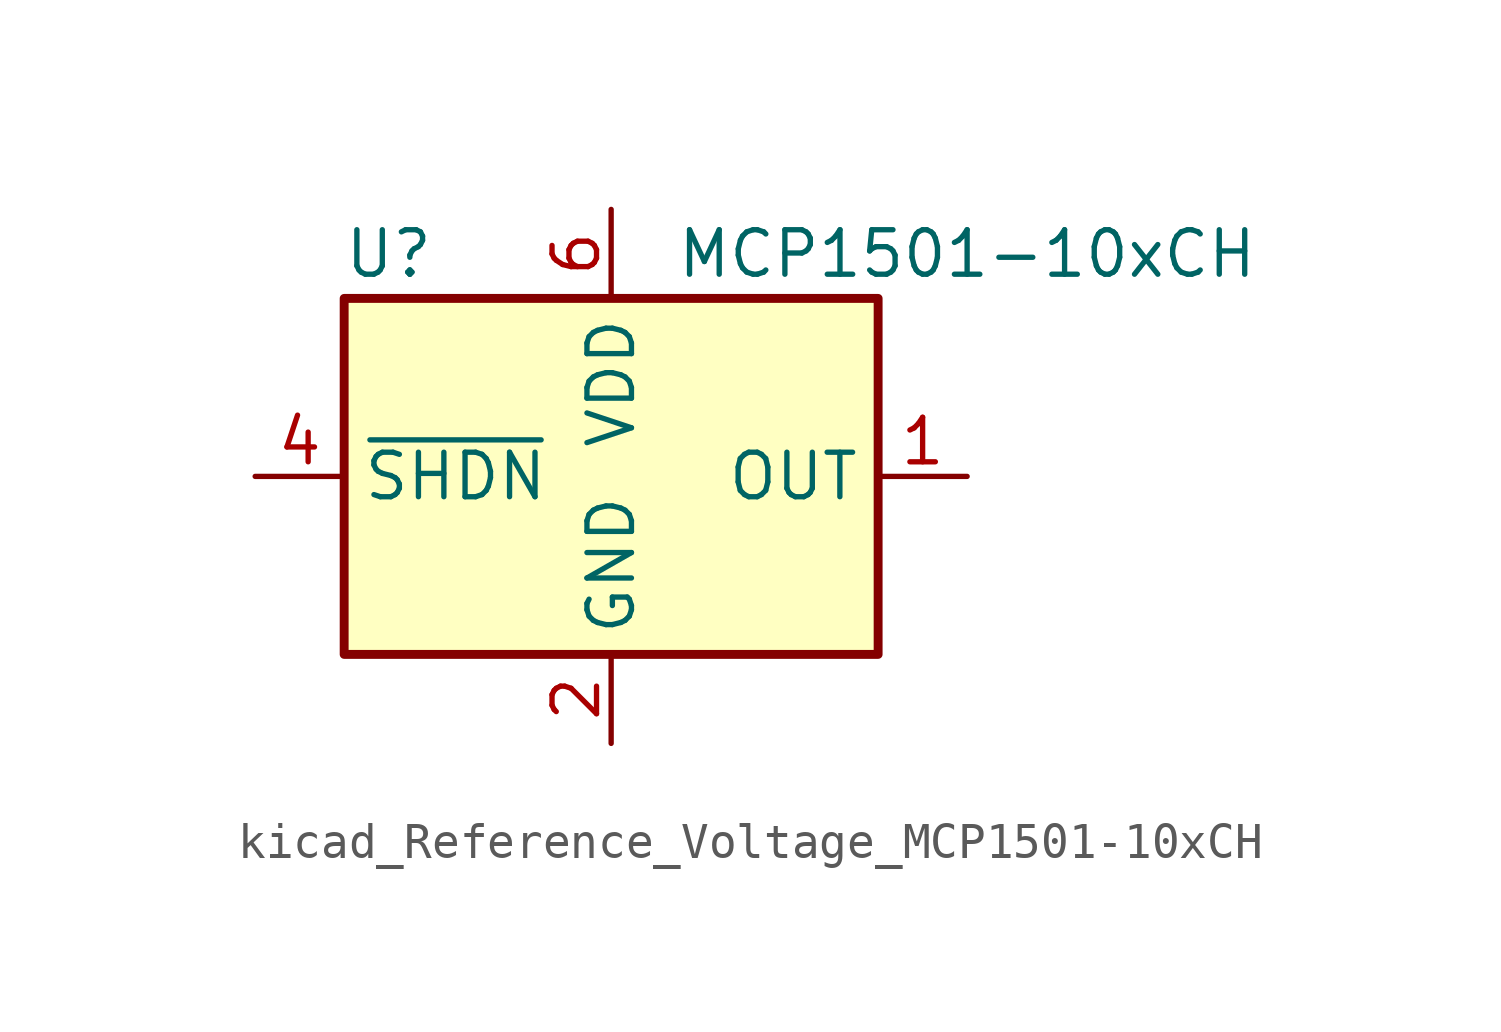
<source format=kicad_sym>
(kicad_symbol_lib
  (version 20220914)
  (generator kicad_symbol_editor)
  (symbol "kicad_Reference_Voltage_MCP1501-10xCH"
    (property "Reference" "U"
      (at -6.35 6.35 0)
      (effects (font (size 1.27 1.27))))
    (property "Value" "MCP1501-10xCH"
      (at 10.16 6.35 0)
      (effects (font (size 1.27 1.27))))
    (symbol "kicad_Reference_Voltage_MCP1501-10xCH_0_0"
      (pin power_out line (at 10.16 0 180) (length 2.54) (name "OUT" (effects (font (size 1.27 1.27)))) (number "1" (effects (font (size 1.27 1.27)))))
      (pin power_in line (at 0 -7.62 90) (length 2.54) (name "GND" (effects (font (size 1.27 1.27)))) (number "2" (effects (font (size 1.27 1.27)))))
      (pin passive line (at 0 -7.62 90) (length 2.54) hide (name "GND" (effects (font (size 1.27 1.27)))) (number "3" (effects (font (size 1.27 1.27)))))
      (pin input line (at -10.16 0 0) (length 2.54) (name "~{SHDN}" (effects (font (size 1.27 1.27)))) (number "4" (effects (font (size 1.27 1.27)))))
      (pin passive line (at 0 -7.62 90) (length 2.54) hide (name "GND" (effects (font (size 1.27 1.27)))) (number "5" (effects (font (size 1.27 1.27)))))
      (pin power_in line (at 0 7.62 270) (length 2.54) (name "VDD" (effects (font (size 1.27 1.27)))) (number "6" (effects (font (size 1.27 1.27))))))
    (symbol "kicad_Reference_Voltage_MCP1501-10xCH_0_1"
      (rectangle (start -7.62 5.08) (end 7.62 -5.08) (stroke (width 0.254) (type default)) (fill (type background))))))
</source>
